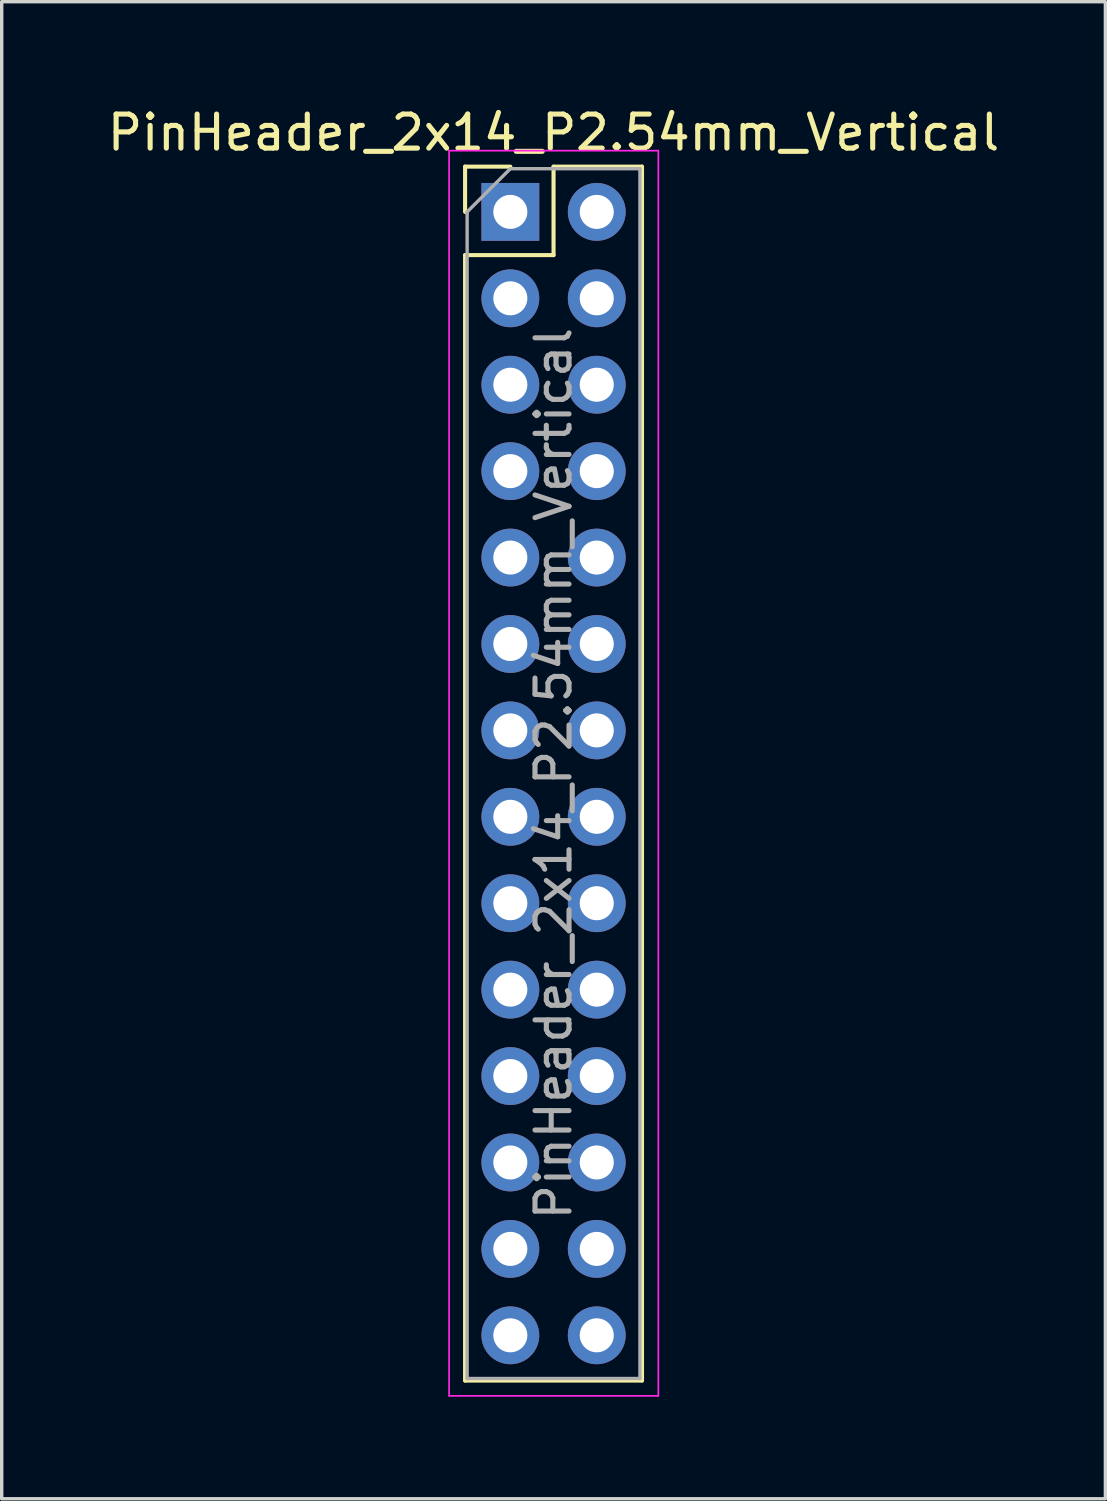
<source format=kicad_pcb>
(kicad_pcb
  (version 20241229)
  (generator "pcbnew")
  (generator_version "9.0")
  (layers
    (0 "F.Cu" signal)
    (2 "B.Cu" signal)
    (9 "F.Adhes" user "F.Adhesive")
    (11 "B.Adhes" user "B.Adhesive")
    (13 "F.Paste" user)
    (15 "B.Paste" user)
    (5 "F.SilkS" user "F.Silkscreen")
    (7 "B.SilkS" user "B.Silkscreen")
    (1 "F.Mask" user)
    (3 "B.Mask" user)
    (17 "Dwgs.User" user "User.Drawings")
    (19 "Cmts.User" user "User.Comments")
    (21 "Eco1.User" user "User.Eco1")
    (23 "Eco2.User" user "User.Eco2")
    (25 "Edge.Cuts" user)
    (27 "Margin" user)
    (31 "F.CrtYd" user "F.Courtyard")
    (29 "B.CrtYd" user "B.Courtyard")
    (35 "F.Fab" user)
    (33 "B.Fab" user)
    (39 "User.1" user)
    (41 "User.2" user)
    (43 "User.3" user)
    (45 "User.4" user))
  (footprint "PinHeader_2x14_P2.54mm_Vertical"
    (layer "F.Cu")
    (at 11.95 3.178)
    (property "Reference" "PinHeader_2x14_P2.54mm_Vertical" (at 1.27 -2.33 0) (layer "F.SilkS") (effects (font (size 1 1) (thickness 0.15))))
    (attr through_hole)
    (fp_line (start -1.33 -1.33) (end 0 -1.33) (stroke (width 0.12) (type solid)) (layer "F.SilkS"))
    (fp_line (start -1.33 0) (end -1.33 -1.33) (stroke (width 0.12) (type solid)) (layer "F.SilkS"))
    (fp_line (start -1.33 1.27) (end -1.33 34.35) (stroke (width 0.12) (type solid)) (layer "F.SilkS"))
    (fp_line (start -1.33 1.27) (end 1.27 1.27) (stroke (width 0.12) (type solid)) (layer "F.SilkS"))
    (fp_line (start -1.33 34.35) (end 3.87 34.35) (stroke (width 0.12) (type solid)) (layer "F.SilkS"))
    (fp_line (start 1.27 -1.33) (end 3.87 -1.33) (stroke (width 0.12) (type solid)) (layer "F.SilkS"))
    (fp_line (start 1.27 1.27) (end 1.27 -1.33) (stroke (width 0.12) (type solid)) (layer "F.SilkS"))
    (fp_line (start 3.87 -1.33) (end 3.87 34.35) (stroke (width 0.12) (type solid)) (layer "F.SilkS"))
    (fp_line (start -1.8 -1.8) (end -1.8 34.8) (stroke (width 0.05) (type solid)) (layer "F.CrtYd"))
    (fp_line (start -1.8 34.8) (end 4.35 34.8) (stroke (width 0.05) (type solid)) (layer "F.CrtYd"))
    (fp_line (start 4.35 -1.8) (end -1.8 -1.8) (stroke (width 0.05) (type solid)) (layer "F.CrtYd"))
    (fp_line (start 4.35 34.8) (end 4.35 -1.8) (stroke (width 0.05) (type solid)) (layer "F.CrtYd"))
    (fp_line (start -1.27 0) (end 0 -1.27) (stroke (width 0.1) (type solid)) (layer "F.Fab"))
    (fp_line (start -1.27 34.29) (end -1.27 0) (stroke (width 0.1) (type solid)) (layer "F.Fab"))
    (fp_line (start 0 -1.27) (end 3.81 -1.27) (stroke (width 0.1) (type solid)) (layer "F.Fab"))
    (fp_line (start 3.81 -1.27) (end 3.81 34.29) (stroke (width 0.1) (type solid)) (layer "F.Fab"))
    (fp_line (start 3.81 34.29) (end -1.27 34.29) (stroke (width 0.1) (type solid)) (layer "F.Fab"))
    (fp_text user "${REFERENCE}" (at 1.27 16.51 90) (layer "F.Fab") (effects (font (size 1 1) (thickness 0.15))))
    (pad "1" thru_hole rect (at 0 0) (size 1.7 1.7) (drill 1) (layers "*.Cu" "*.Mask"))
    (pad "2" thru_hole oval (at 2.54 0) (size 1.7 1.7) (drill 1) (layers "*.Cu" "*.Mask"))
    (pad "3" thru_hole oval (at 0 2.54) (size 1.7 1.7) (drill 1) (layers "*.Cu" "*.Mask"))
    (pad "4" thru_hole oval (at 2.54 2.54) (size 1.7 1.7) (drill 1) (layers "*.Cu" "*.Mask"))
    (pad "5" thru_hole oval (at 0 5.08) (size 1.7 1.7) (drill 1) (layers "*.Cu" "*.Mask"))
    (pad "6" thru_hole oval (at 2.54 5.08) (size 1.7 1.7) (drill 1) (layers "*.Cu" "*.Mask"))
    (pad "7" thru_hole oval (at 0 7.62) (size 1.7 1.7) (drill 1) (layers "*.Cu" "*.Mask"))
    (pad "8" thru_hole oval (at 2.54 7.62) (size 1.7 1.7) (drill 1) (layers "*.Cu" "*.Mask"))
    (pad "9" thru_hole oval (at 0 10.16) (size 1.7 1.7) (drill 1) (layers "*.Cu" "*.Mask"))
    (pad "10" thru_hole oval (at 2.54 10.16) (size 1.7 1.7) (drill 1) (layers "*.Cu" "*.Mask"))
    (pad "11" thru_hole oval (at 0 12.7) (size 1.7 1.7) (drill 1) (layers "*.Cu" "*.Mask"))
    (pad "12" thru_hole oval (at 2.54 12.7) (size 1.7 1.7) (drill 1) (layers "*.Cu" "*.Mask"))
    (pad "13" thru_hole oval (at 0 15.24) (size 1.7 1.7) (drill 1) (layers "*.Cu" "*.Mask"))
    (pad "14" thru_hole oval (at 2.54 15.24) (size 1.7 1.7) (drill 1) (layers "*.Cu" "*.Mask"))
    (pad "15" thru_hole oval (at 0 17.78) (size 1.7 1.7) (drill 1) (layers "*.Cu" "*.Mask"))
    (pad "16" thru_hole oval (at 2.54 17.78) (size 1.7 1.7) (drill 1) (layers "*.Cu" "*.Mask"))
    (pad "17" thru_hole oval (at 0 20.32) (size 1.7 1.7) (drill 1) (layers "*.Cu" "*.Mask"))
    (pad "18" thru_hole oval (at 2.54 20.32) (size 1.7 1.7) (drill 1) (layers "*.Cu" "*.Mask"))
    (pad "19" thru_hole oval (at 0 22.86) (size 1.7 1.7) (drill 1) (layers "*.Cu" "*.Mask"))
    (pad "20" thru_hole oval (at 2.54 22.86) (size 1.7 1.7) (drill 1) (layers "*.Cu" "*.Mask"))
    (pad "21" thru_hole oval (at 0 25.4) (size 1.7 1.7) (drill 1) (layers "*.Cu" "*.Mask"))
    (pad "22" thru_hole oval (at 2.54 25.4) (size 1.7 1.7) (drill 1) (layers "*.Cu" "*.Mask"))
    (pad "23" thru_hole oval (at 0 27.94) (size 1.7 1.7) (drill 1) (layers "*.Cu" "*.Mask"))
    (pad "24" thru_hole oval (at 2.54 27.94) (size 1.7 1.7) (drill 1) (layers "*.Cu" "*.Mask"))
    (pad "25" thru_hole oval (at 0 30.48) (size 1.7 1.7) (drill 1) (layers "*.Cu" "*.Mask"))
    (pad "26" thru_hole oval (at 2.54 30.48) (size 1.7 1.7) (drill 1) (layers "*.Cu" "*.Mask"))
    (pad "27" thru_hole oval (at 0 33.02) (size 1.7 1.7) (drill 1) (layers "*.Cu" "*.Mask"))
    (pad "28" thru_hole oval (at 2.54 33.02) (size 1.7 1.7) (drill 1) (layers "*.Cu" "*.Mask")))
  (gr_rect
    (start -3 -3)
    (end 29.44 41.003)
    (stroke (width 0.1) (type default))
    (fill no)
    (layer "Edge.Cuts")))
</source>
